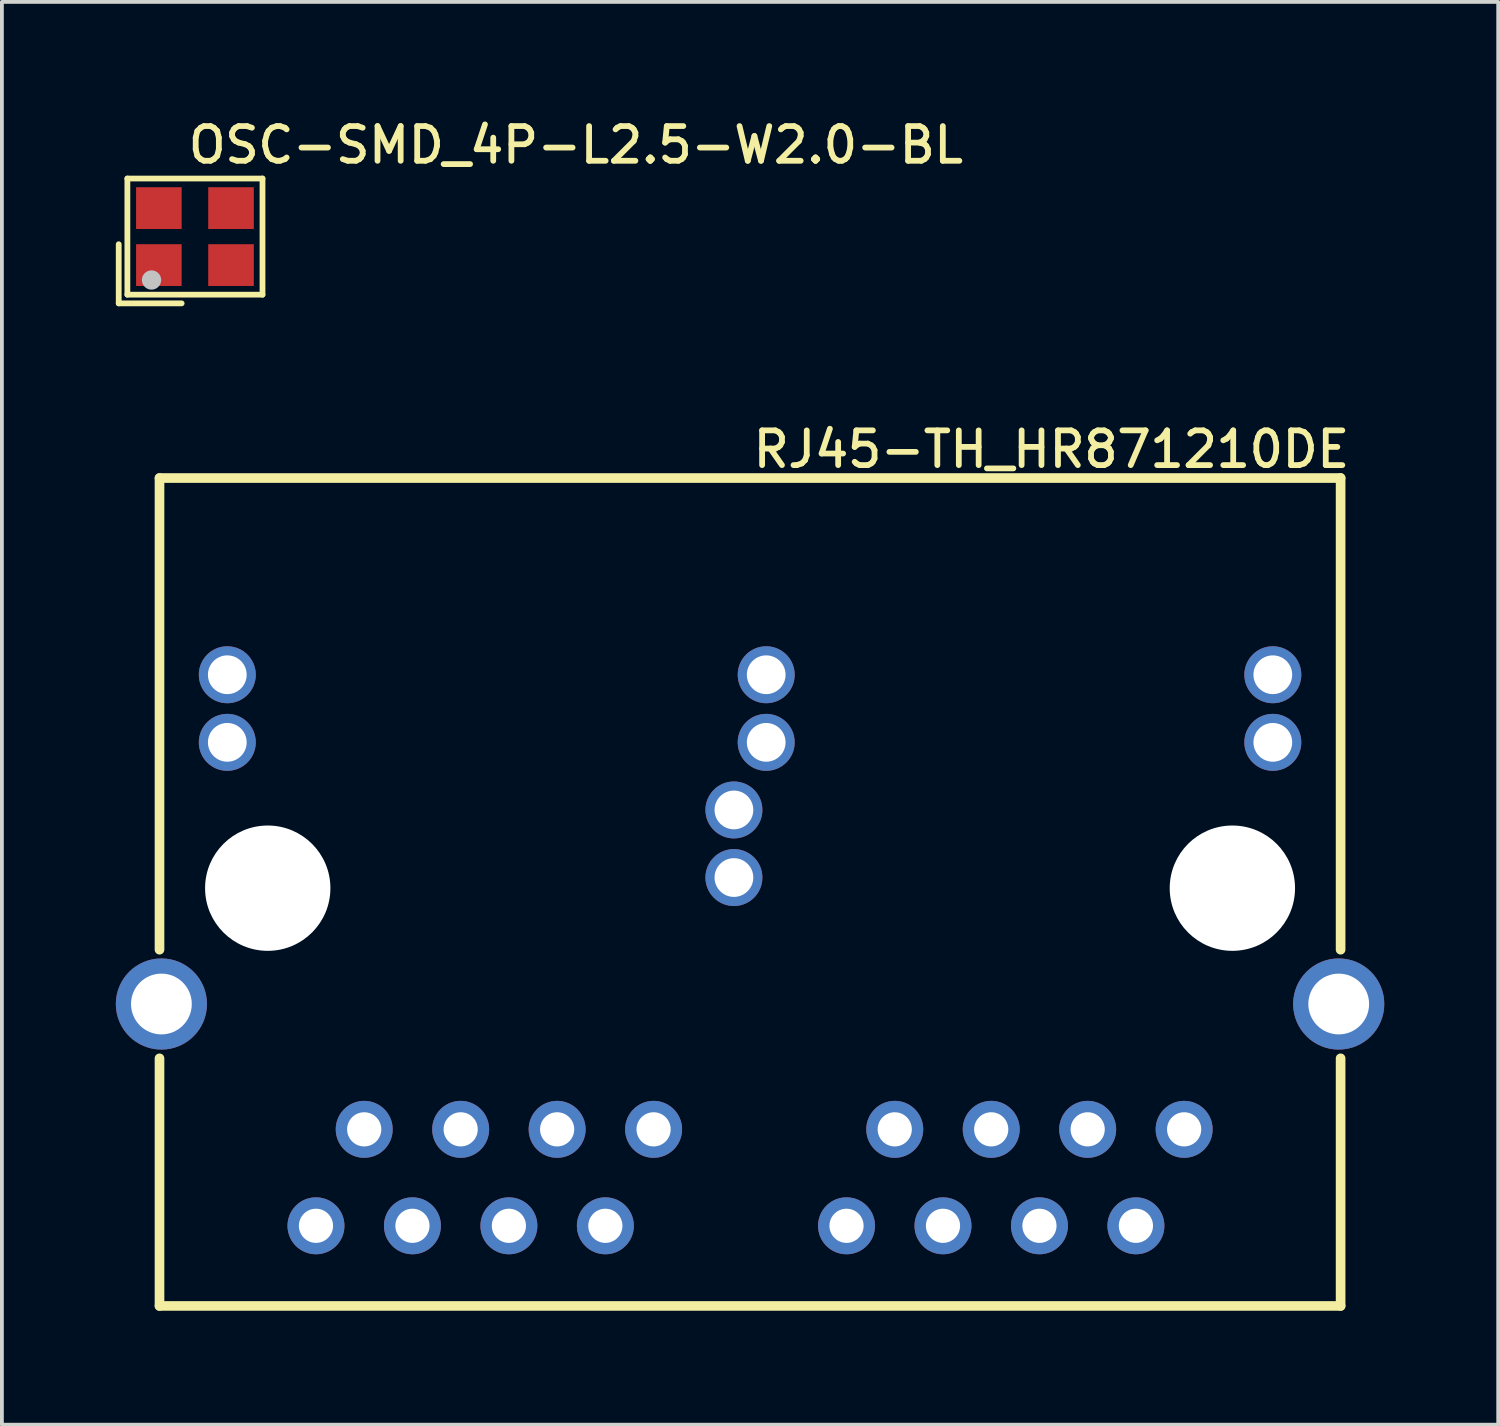
<source format=kicad_pcb>
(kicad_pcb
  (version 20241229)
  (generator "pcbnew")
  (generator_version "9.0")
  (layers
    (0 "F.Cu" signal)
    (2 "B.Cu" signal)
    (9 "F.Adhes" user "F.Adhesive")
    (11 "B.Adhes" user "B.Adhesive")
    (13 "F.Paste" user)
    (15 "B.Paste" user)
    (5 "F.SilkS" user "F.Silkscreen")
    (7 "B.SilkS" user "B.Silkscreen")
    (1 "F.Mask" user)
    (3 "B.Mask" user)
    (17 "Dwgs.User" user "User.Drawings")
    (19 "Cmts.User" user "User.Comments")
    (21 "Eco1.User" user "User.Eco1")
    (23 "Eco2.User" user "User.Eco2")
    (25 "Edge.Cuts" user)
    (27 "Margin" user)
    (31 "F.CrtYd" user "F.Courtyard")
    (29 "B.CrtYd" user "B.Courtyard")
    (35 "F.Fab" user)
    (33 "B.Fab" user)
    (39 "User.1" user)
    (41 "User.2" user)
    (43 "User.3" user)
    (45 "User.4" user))
  (footprint "RJ45-TH_HR871210DE"
    (layer "F.Cu")
    (at 16.7 21.972)
    (property "Reference" "RJ45-TH_HR871210DE" (at 0 -13.725 0) (layer "F.SilkS") (effects (font (size 0.914 0.914) (thickness 0.152)) (justify left top)))
    (fp_line (start -15.55 -12.435) (end 15.55 -12.435) (stroke (width 0.254) (type default)) (layer "F.SilkS"))
    (fp_line (start -15.55 -0.015) (end -15.55 -12.435) (stroke (width 0.254) (type default)) (layer "F.SilkS"))
    (fp_line (start -15.55 9.365) (end -15.55 2.845) (stroke (width 0.254) (type default)) (layer "F.SilkS"))
    (fp_line (start 15.55 -12.435) (end 15.55 -0.015) (stroke (width 0.254) (type default)) (layer "F.SilkS"))
    (fp_line (start 15.55 2.845) (end 15.55 9.365) (stroke (width 0.254) (type default)) (layer "F.SilkS"))
    (fp_line (start 15.55 9.365) (end -15.55 9.365) (stroke (width 0.254) (type default)) (layer "F.SilkS"))
    (fp_circle (center -12.7 -1.635) (end -11.95 -1.635) (stroke (width 1.5) (type default)) (fill no) (layer "Dwgs.User"))
    (fp_circle (center 12.7 -1.635) (end 13.45 -1.635) (stroke (width 1.5) (type default)) (fill no) (layer "Dwgs.User"))
    (fp_circle (center -15.65 9.365) (end -15.62 9.365) (stroke (width 0.06) (type default)) (fill no) (layer "User.5"))
    (pad "" np_thru_hole circle (at -12.7 -1.635) (size 3.3 3.3) (drill 3.3) (layers "*.Cu" "*.Mask"))
    (pad "" np_thru_hole circle (at 12.7 -1.635) (size 3.3 3.3) (drill 3.3) (layers "*.Cu" "*.Mask"))
    (pad "1" thru_hole oval (at -2.54 4.715) (size 1.5 1.5) (drill 0.9) (layers "*.Cu" "*.Mask"))
    (pad "2" thru_hole oval (at -3.81 7.255) (size 1.5 1.5) (drill 0.9) (layers "*.Cu" "*.Mask"))
    (pad "3" thru_hole oval (at -5.08 4.715) (size 1.5 1.5) (drill 0.9) (layers "*.Cu" "*.Mask"))
    (pad "4" thru_hole oval (at -6.35 7.255) (size 1.5 1.5) (drill 0.9) (layers "*.Cu" "*.Mask"))
    (pad "5" thru_hole oval (at -7.62 4.715) (size 1.5 1.5) (drill 0.9) (layers "*.Cu" "*.Mask"))
    (pad "6" thru_hole oval (at -8.89 7.255) (size 1.5 1.5) (drill 0.9) (layers "*.Cu" "*.Mask"))
    (pad "7" thru_hole oval (at -10.16 4.715) (size 1.5 1.5) (drill 0.9) (layers "*.Cu" "*.Mask"))
    (pad "8" thru_hole oval (at -11.43 7.255) (size 1.5 1.5) (drill 0.9) (layers "*.Cu" "*.Mask"))
    (pad "9" thru_hole oval (at -0.425 -1.915) (size 1.5 1.5) (drill 1.02) (layers "*.Cu" "*.Mask"))
    (pad "10" thru_hole oval (at -0.425 -3.695) (size 1.5 1.5) (drill 1.02) (layers "*.Cu" "*.Mask"))
    (pad "11" thru_hole oval (at -13.765 -5.475) (size 1.5 1.5) (drill 1.02) (layers "*.Cu" "*.Mask"))
    (pad "12" thru_hole oval (at -13.765 -7.255) (size 1.5 1.5) (drill 1.02) (layers "*.Cu" "*.Mask"))
    (pad "13" thru_hole oval (at -15.5 1.415) (size 2.4 2.4) (drill 1.6) (layers "*.Cu" "*.Mask"))
    (pad "14" thru_hole oval (at 15.5 1.415) (size 2.4 2.4) (drill 1.6) (layers "*.Cu" "*.Mask"))
    (pad "P1" thru_hole oval (at 11.43 4.715) (size 1.5 1.5) (drill 0.9) (layers "*.Cu" "*.Mask"))
    (pad "P2" thru_hole oval (at 10.16 7.255) (size 1.5 1.5) (drill 0.9) (layers "*.Cu" "*.Mask"))
    (pad "P3" thru_hole oval (at 8.89 4.715) (size 1.5 1.5) (drill 0.9) (layers "*.Cu" "*.Mask"))
    (pad "P4" thru_hole oval (at 7.62 7.255) (size 1.5 1.5) (drill 0.9) (layers "*.Cu" "*.Mask"))
    (pad "P5" thru_hole oval (at 6.35 4.715) (size 1.5 1.5) (drill 0.9) (layers "*.Cu" "*.Mask"))
    (pad "P6" thru_hole oval (at 5.08 7.255) (size 1.5 1.5) (drill 0.9) (layers "*.Cu" "*.Mask"))
    (pad "P7" thru_hole oval (at 3.81 4.715) (size 1.5 1.5) (drill 0.9) (layers "*.Cu" "*.Mask"))
    (pad "P8" thru_hole oval (at 2.54 7.255) (size 1.5 1.5) (drill 0.9) (layers "*.Cu" "*.Mask"))
    (pad "P9" thru_hole oval (at 13.765 -5.475) (size 1.5 1.5) (drill 1.02) (layers "*.Cu" "*.Mask"))
    (pad "P10" thru_hole oval (at 13.765 -7.255) (size 1.5 1.5) (drill 1.02) (layers "*.Cu" "*.Mask"))
    (pad "P11" thru_hole oval (at 0.425 -5.475) (size 1.5 1.5) (drill 1.02) (layers "*.Cu" "*.Mask"))
    (pad "P12" thru_hole oval (at 0.425 -7.255) (size 1.5 1.5) (drill 1.02) (layers "*.Cu" "*.Mask"))
    (zone (net_name "") (layer "User.3") (hatch edge 0.5) (priority 100) (connect_pads yes) (min_thickness 0) (filled_areas_thickness no) (fill yes) (polygon (pts (xy 32.25 31.337) (xy 32.25 9.537) (xy 1.15 9.537) (xy 1.15 31.337))) (filled_polygon (layer "User.3") (island) (pts (xy 32.25 31.337) (xy 32.25 9.537) (xy 1.15 9.537) (xy 1.15 31.337))))
    (zone (net_name "") (layer "User.4") (hatch edge 0.5) (priority 100) (connect_pads yes) (min_thickness 0) (filled_areas_thickness no) (fill yes) (polygon (pts (xy 1.05 22.787) (xy 1.35 22.787) (xy 1.35 23.987) (xy 1.05 23.987))) (filled_polygon (layer "User.4") (island) (pts (xy 1.05 22.787) (xy 1.35 22.787) (xy 1.35 23.987) (xy 1.05 23.987))))
    (zone (net_name "") (layer "User.4") (hatch edge 0.5) (priority 100) (connect_pads yes) (min_thickness 0) (filled_areas_thickness no) (fill yes) (polygon (pts (xy 2.615 14.397) (xy 3.255 14.397) (xy 3.255 15.037) (xy 2.615 15.037))) (filled_polygon (layer "User.4") (island) (pts (xy 2.615 14.397) (xy 3.255 14.397) (xy 3.255 15.037) (xy 2.615 15.037))))
    (zone (net_name "") (layer "User.4") (hatch edge 0.5) (priority 100) (connect_pads yes) (min_thickness 0) (filled_areas_thickness no) (fill yes) (polygon (pts (xy 2.615 16.177) (xy 3.255 16.177) (xy 3.255 16.817) (xy 2.615 16.817))) (filled_polygon (layer "User.4") (island) (pts (xy 2.615 16.177) (xy 3.255 16.177) (xy 3.255 16.817) (xy 2.615 16.817))))
    (zone (net_name "") (layer "User.4") (hatch edge 0.5) (priority 100) (connect_pads yes) (min_thickness 0) (filled_areas_thickness no) (fill yes) (polygon (pts (xy 5.045 29.052) (xy 5.495 29.052) (xy 5.495 29.402) (xy 5.045 29.402))) (filled_polygon (layer "User.4") (island) (pts (xy 5.045 29.052) (xy 5.495 29.052) (xy 5.495 29.402) (xy 5.045 29.402))))
    (zone (net_name "") (layer "User.4") (hatch edge 0.5) (priority 100) (connect_pads yes) (min_thickness 0) (filled_areas_thickness no) (fill yes) (polygon (pts (xy 6.315 26.512) (xy 6.765 26.512) (xy 6.765 26.862) (xy 6.315 26.862))) (filled_polygon (layer "User.4") (island) (pts (xy 6.315 26.512) (xy 6.765 26.512) (xy 6.765 26.862) (xy 6.315 26.862))))
    (zone (net_name "") (layer "User.4") (hatch edge 0.5) (priority 100) (connect_pads yes) (min_thickness 0) (filled_areas_thickness no) (fill yes) (polygon (pts (xy 7.585 29.052) (xy 8.035 29.052) (xy 8.035 29.402) (xy 7.585 29.402))) (filled_polygon (layer "User.4") (island) (pts (xy 7.585 29.052) (xy 8.035 29.052) (xy 8.035 29.402) (xy 7.585 29.402))))
    (zone (net_name "") (layer "User.4") (hatch edge 0.5) (priority 100) (connect_pads yes) (min_thickness 0) (filled_areas_thickness no) (fill yes) (polygon (pts (xy 8.855 26.512) (xy 9.305 26.512) (xy 9.305 26.862) (xy 8.855 26.862))) (filled_polygon (layer "User.4") (island) (pts (xy 8.855 26.512) (xy 9.305 26.512) (xy 9.305 26.862) (xy 8.855 26.862))))
    (zone (net_name "") (layer "User.4") (hatch edge 0.5) (priority 100) (connect_pads yes) (min_thickness 0) (filled_areas_thickness no) (fill yes) (polygon (pts (xy 10.125 29.052) (xy 10.575 29.052) (xy 10.575 29.402) (xy 10.125 29.402))) (filled_polygon (layer "User.4") (island) (pts (xy 10.125 29.052) (xy 10.575 29.052) (xy 10.575 29.402) (xy 10.125 29.402))))
    (zone (net_name "") (layer "User.4") (hatch edge 0.5) (priority 100) (connect_pads yes) (min_thickness 0) (filled_areas_thickness no) (fill yes) (polygon (pts (xy 11.395 26.512) (xy 11.845 26.512) (xy 11.845 26.862) (xy 11.395 26.862))) (filled_polygon (layer "User.4") (island) (pts (xy 11.395 26.512) (xy 11.845 26.512) (xy 11.845 26.862) (xy 11.395 26.862))))
    (zone (net_name "") (layer "User.4") (hatch edge 0.5) (priority 100) (connect_pads yes) (min_thickness 0) (filled_areas_thickness no) (fill yes) (polygon (pts (xy 12.665 29.052) (xy 13.115 29.052) (xy 13.115 29.402) (xy 12.665 29.402))) (filled_polygon (layer "User.4") (island) (pts (xy 12.665 29.052) (xy 13.115 29.052) (xy 13.115 29.402) (xy 12.665 29.402))))
    (zone (net_name "") (layer "User.4") (hatch edge 0.5) (priority 100) (connect_pads yes) (min_thickness 0) (filled_areas_thickness no) (fill yes) (polygon (pts (xy 13.935 26.512) (xy 14.385 26.512) (xy 14.385 26.862) (xy 13.935 26.862))) (filled_polygon (layer "User.4") (island) (pts (xy 13.935 26.512) (xy 14.385 26.512) (xy 14.385 26.862) (xy 13.935 26.862))))
    (zone (net_name "") (layer "User.4") (hatch edge 0.5) (priority 100) (connect_pads yes) (min_thickness 0) (filled_areas_thickness no) (fill yes) (polygon (pts (xy 15.955 17.957) (xy 16.595 17.957) (xy 16.595 18.597) (xy 15.955 18.597))) (filled_polygon (layer "User.4") (island) (pts (xy 15.955 17.957) (xy 16.595 17.957) (xy 16.595 18.597) (xy 15.955 18.597))))
    (zone (net_name "") (layer "User.4") (hatch edge 0.5) (priority 100) (connect_pads yes) (min_thickness 0) (filled_areas_thickness no) (fill yes) (polygon (pts (xy 15.955 19.737) (xy 16.595 19.737) (xy 16.595 20.377) (xy 15.955 20.377))) (filled_polygon (layer "User.4") (island) (pts (xy 15.955 19.737) (xy 16.595 19.737) (xy 16.595 20.377) (xy 15.955 20.377))))
    (zone (net_name "") (layer "User.4") (hatch edge 0.5) (priority 100) (connect_pads yes) (min_thickness 0) (filled_areas_thickness no) (fill yes) (polygon (pts (xy 16.805 14.397) (xy 17.445 14.397) (xy 17.445 15.037) (xy 16.805 15.037))) (filled_polygon (layer "User.4") (island) (pts (xy 16.805 14.397) (xy 17.445 14.397) (xy 17.445 15.037) (xy 16.805 15.037))))
    (zone (net_name "") (layer "User.4") (hatch edge 0.5) (priority 100) (connect_pads yes) (min_thickness 0) (filled_areas_thickness no) (fill yes) (polygon (pts (xy 16.805 16.177) (xy 17.445 16.177) (xy 17.445 16.817) (xy 16.805 16.817))) (filled_polygon (layer "User.4") (island) (pts (xy 16.805 16.177) (xy 17.445 16.177) (xy 17.445 16.817) (xy 16.805 16.817))))
    (zone (net_name "") (layer "User.4") (hatch edge 0.5) (priority 100) (connect_pads yes) (min_thickness 0) (filled_areas_thickness no) (fill yes) (polygon (pts (xy 19.015 29.052) (xy 19.465 29.052) (xy 19.465 29.402) (xy 19.015 29.402))) (filled_polygon (layer "User.4") (island) (pts (xy 19.015 29.052) (xy 19.465 29.052) (xy 19.465 29.402) (xy 19.015 29.402))))
    (zone (net_name "") (layer "User.4") (hatch edge 0.5) (priority 100) (connect_pads yes) (min_thickness 0) (filled_areas_thickness no) (fill yes) (polygon (pts (xy 20.285 26.512) (xy 20.735 26.512) (xy 20.735 26.862) (xy 20.285 26.862))) (filled_polygon (layer "User.4") (island) (pts (xy 20.285 26.512) (xy 20.735 26.512) (xy 20.735 26.862) (xy 20.285 26.862))))
    (zone (net_name "") (layer "User.4") (hatch edge 0.5) (priority 100) (connect_pads yes) (min_thickness 0) (filled_areas_thickness no) (fill yes) (polygon (pts (xy 21.555 29.052) (xy 22.005 29.052) (xy 22.005 29.402) (xy 21.555 29.402))) (filled_polygon (layer "User.4") (island) (pts (xy 21.555 29.052) (xy 22.005 29.052) (xy 22.005 29.402) (xy 21.555 29.402))))
    (zone (net_name "") (layer "User.4") (hatch edge 0.5) (priority 100) (connect_pads yes) (min_thickness 0) (filled_areas_thickness no) (fill yes) (polygon (pts (xy 22.825 26.512) (xy 23.275 26.512) (xy 23.275 26.862) (xy 22.825 26.862))) (filled_polygon (layer "User.4") (island) (pts (xy 22.825 26.512) (xy 23.275 26.512) (xy 23.275 26.862) (xy 22.825 26.862))))
    (zone (net_name "") (layer "User.4") (hatch edge 0.5) (priority 100) (connect_pads yes) (min_thickness 0) (filled_areas_thickness no) (fill yes) (polygon (pts (xy 24.095 29.052) (xy 24.545 29.052) (xy 24.545 29.402) (xy 24.095 29.402))) (filled_polygon (layer "User.4") (island) (pts (xy 24.095 29.052) (xy 24.545 29.052) (xy 24.545 29.402) (xy 24.095 29.402))))
    (zone (net_name "") (layer "User.4") (hatch edge 0.5) (priority 100) (connect_pads yes) (min_thickness 0) (filled_areas_thickness no) (fill yes) (polygon (pts (xy 25.365 26.512) (xy 25.815 26.512) (xy 25.815 26.862) (xy 25.365 26.862))) (filled_polygon (layer "User.4") (island) (pts (xy 25.365 26.512) (xy 25.815 26.512) (xy 25.815 26.862) (xy 25.365 26.862))))
    (zone (net_name "") (layer "User.4") (hatch edge 0.5) (priority 100) (connect_pads yes) (min_thickness 0) (filled_areas_thickness no) (fill yes) (polygon (pts (xy 26.635 29.052) (xy 27.085 29.052) (xy 27.085 29.402) (xy 26.635 29.402))) (filled_polygon (layer "User.4") (island) (pts (xy 26.635 29.052) (xy 27.085 29.052) (xy 27.085 29.402) (xy 26.635 29.402))))
    (zone (net_name "") (layer "User.4") (hatch edge 0.5) (priority 100) (connect_pads yes) (min_thickness 0) (filled_areas_thickness no) (fill yes) (polygon (pts (xy 27.905 26.512) (xy 28.355 26.512) (xy 28.355 26.862) (xy 27.905 26.862))) (filled_polygon (layer "User.4") (island) (pts (xy 27.905 26.512) (xy 28.355 26.512) (xy 28.355 26.862) (xy 27.905 26.862))))
    (zone (net_name "") (layer "User.4") (hatch edge 0.5) (priority 100) (connect_pads yes) (min_thickness 0) (filled_areas_thickness no) (fill yes) (polygon (pts (xy 30.145 14.397) (xy 30.785 14.397) (xy 30.785 15.037) (xy 30.145 15.037))) (filled_polygon (layer "User.4") (island) (pts (xy 30.145 14.397) (xy 30.785 14.397) (xy 30.785 15.037) (xy 30.145 15.037))))
    (zone (net_name "") (layer "User.4") (hatch edge 0.5) (priority 100) (connect_pads yes) (min_thickness 0) (filled_areas_thickness no) (fill yes) (polygon (pts (xy 30.145 16.177) (xy 30.785 16.177) (xy 30.785 16.817) (xy 30.145 16.817))) (filled_polygon (layer "User.4") (island) (pts (xy 30.145 16.177) (xy 30.785 16.177) (xy 30.785 16.817) (xy 30.145 16.817))))
    (zone (net_name "") (layer "User.4") (hatch edge 0.5) (priority 100) (connect_pads yes) (min_thickness 0) (filled_areas_thickness no) (fill yes) (polygon (pts (xy 32.05 22.787) (xy 32.35 22.787) (xy 32.35 23.987) (xy 32.05 23.987))) (filled_polygon (layer "User.4") (island) (pts (xy 32.05 22.787) (xy 32.35 22.787) (xy 32.35 23.987) (xy 32.05 23.987)))))
  (footprint "OSC-SMD_4P-L2.5-W2.0-BL"
    (layer "F.Cu")
    (at 2.083 3.18)
    (property "Reference" "OSC-SMD_4P-L2.5-W2.0-BL" (at -0.254 -2.946 0) (layer "F.SilkS") (effects (font (size 0.914 0.914) (thickness 0.152)) (justify left top)))
    (fp_line (start -2.007 0.201) (end -2.007 1.758) (stroke (width 0.152) (type default)) (layer "F.SilkS"))
    (fp_line (start -2.007 1.758) (end -0.35 1.758) (stroke (width 0.152) (type default)) (layer "F.SilkS"))
    (fp_line (start -1.779 -1.529) (end 1.779 -1.529) (stroke (width 0.152) (type default)) (layer "F.SilkS"))
    (fp_line (start -1.779 1.529) (end -1.779 -1.529) (stroke (width 0.152) (type default)) (layer "F.SilkS"))
    (fp_line (start 1.779 -1.529) (end 1.779 1.529) (stroke (width 0.152) (type default)) (layer "F.SilkS"))
    (fp_line (start 1.779 1.529) (end -1.779 1.529) (stroke (width 0.152) (type default)) (layer "F.SilkS"))
    (fp_circle (center -1.143 1.143) (end -1.016 1.143) (stroke (width 0.254) (type default)) (fill no) (layer "Dwgs.User"))
    (fp_circle (center -1.25 1) (end -1.22 1) (stroke (width 0.06) (type default)) (fill no) (layer "User.5"))
    (pad "1" smd rect (at -0.95 0.75) (size 1.2 1.1) (layers "F.Cu" "F.Mask" "F.Paste"))
    (pad "2" smd rect (at 0.95 0.75) (size 1.2 1.1) (layers "F.Cu" "F.Mask" "F.Paste"))
    (pad "3" smd rect (at 0.95 -0.75) (size 1.2 1.1) (layers "F.Cu" "F.Mask" "F.Paste"))
    (pad "4" smd rect (at -0.95 -0.75) (size 1.2 1.1) (layers "F.Cu" "F.Mask" "F.Paste"))
    (zone (net_name "") (layer "Dwgs.User") (hatch edge 0.5) (priority 100) (connect_pads yes) (min_thickness 0) (filled_areas_thickness no) (fill yes) (polygon (pts (xy 0.98 2.535) (xy 1.488 2.535) (xy 1.488 2.662) (xy 0.98 2.662))) (filled_polygon (layer "Dwgs.User") (island) (pts (xy 0.98 2.535) (xy 1.488 2.535) (xy 1.488 2.662) (xy 0.98 2.662))))
    (zone (net_name "") (layer "Dwgs.User") (hatch edge 0.5) (priority 100) (connect_pads yes) (min_thickness 0) (filled_areas_thickness no) (fill yes) (polygon (pts (xy 1.17 2.852) (xy 1.17 2.344) (xy 1.297 2.344) (xy 1.297 2.852))) (filled_polygon (layer "Dwgs.User") (island) (pts (xy 1.17 2.852) (xy 1.17 2.344) (xy 1.297 2.344) (xy 1.297 2.852))))
    (zone (net_name "") (layer "Dwgs.User") (hatch edge 0.5) (priority 100) (connect_pads yes) (min_thickness 0) (filled_areas_thickness no) (fill yes) (polygon (pts (xy 2.758 3.805) (xy 3.266 3.805) (xy 3.266 3.932) (xy 2.758 3.932))) (filled_polygon (layer "Dwgs.User") (island) (pts (xy 2.758 3.805) (xy 3.266 3.805) (xy 3.266 3.932) (xy 2.758 3.932))))
    (zone (net_name "") (layer "User.3") (hatch edge 0.5) (priority 100) (connect_pads yes) (min_thickness 0) (filled_areas_thickness no) (fill yes) (polygon (pts (xy 0.873 4.17) (xy 0.873 2.17) (xy 3.373 2.17) (xy 3.373 4.17))) (filled_polygon (layer "User.3") (island) (pts (xy 0.873 4.17) (xy 0.873 2.17) (xy 3.373 2.17) (xy 3.373 4.17))))
    (zone (net_name "") (layer "User.4") (hatch edge 0.5) (priority 100) (connect_pads yes) (min_thickness 0) (filled_areas_thickness no) (fill yes) (polygon (pts (xy 0.873 2.17) (xy 1.673 2.17) (xy 1.673 2.845) (xy 0.873 2.845))) (filled_polygon (layer "User.4") (island) (pts (xy 0.873 2.17) (xy 1.673 2.17) (xy 1.673 2.845) (xy 0.873 2.845))))
    (zone (net_name "") (layer "User.4") (hatch edge 0.5) (priority 100) (connect_pads yes) (min_thickness 0) (filled_areas_thickness no) (fill yes) (polygon (pts (xy 1.673 4.17) (xy 0.873 4.17) (xy 0.873 3.495) (xy 1.673 3.495))) (filled_polygon (layer "User.4") (island) (pts (xy 1.673 4.17) (xy 0.873 4.17) (xy 0.873 3.495) (xy 1.673 3.495))))
    (zone (net_name "") (layer "User.4") (hatch edge 0.5) (priority 100) (connect_pads yes) (min_thickness 0) (filled_areas_thickness no) (fill yes) (polygon (pts (xy 3.373 2.845) (xy 2.573 2.845) (xy 2.573 2.17) (xy 3.373 2.17))) (filled_polygon (layer "User.4") (island) (pts (xy 3.373 2.845) (xy 2.573 2.845) (xy 2.573 2.17) (xy 3.373 2.17))))
    (zone (net_name "") (layer "User.4") (hatch edge 0.5) (priority 100) (connect_pads yes) (min_thickness 0) (filled_areas_thickness no) (fill yes) (polygon (pts (xy 3.373 4.17) (xy 2.573 4.17) (xy 2.573 3.495) (xy 3.373 3.495))) (filled_polygon (layer "User.4") (island) (pts (xy 3.373 4.17) (xy 2.573 4.17) (xy 2.573 3.495) (xy 3.373 3.495)))))
  (gr_rect
    (start -3 -3)
    (end 36.4 34.464)
    (stroke (width 0.1) (type default))
    (fill no)
    (layer "Edge.Cuts")))
</source>
